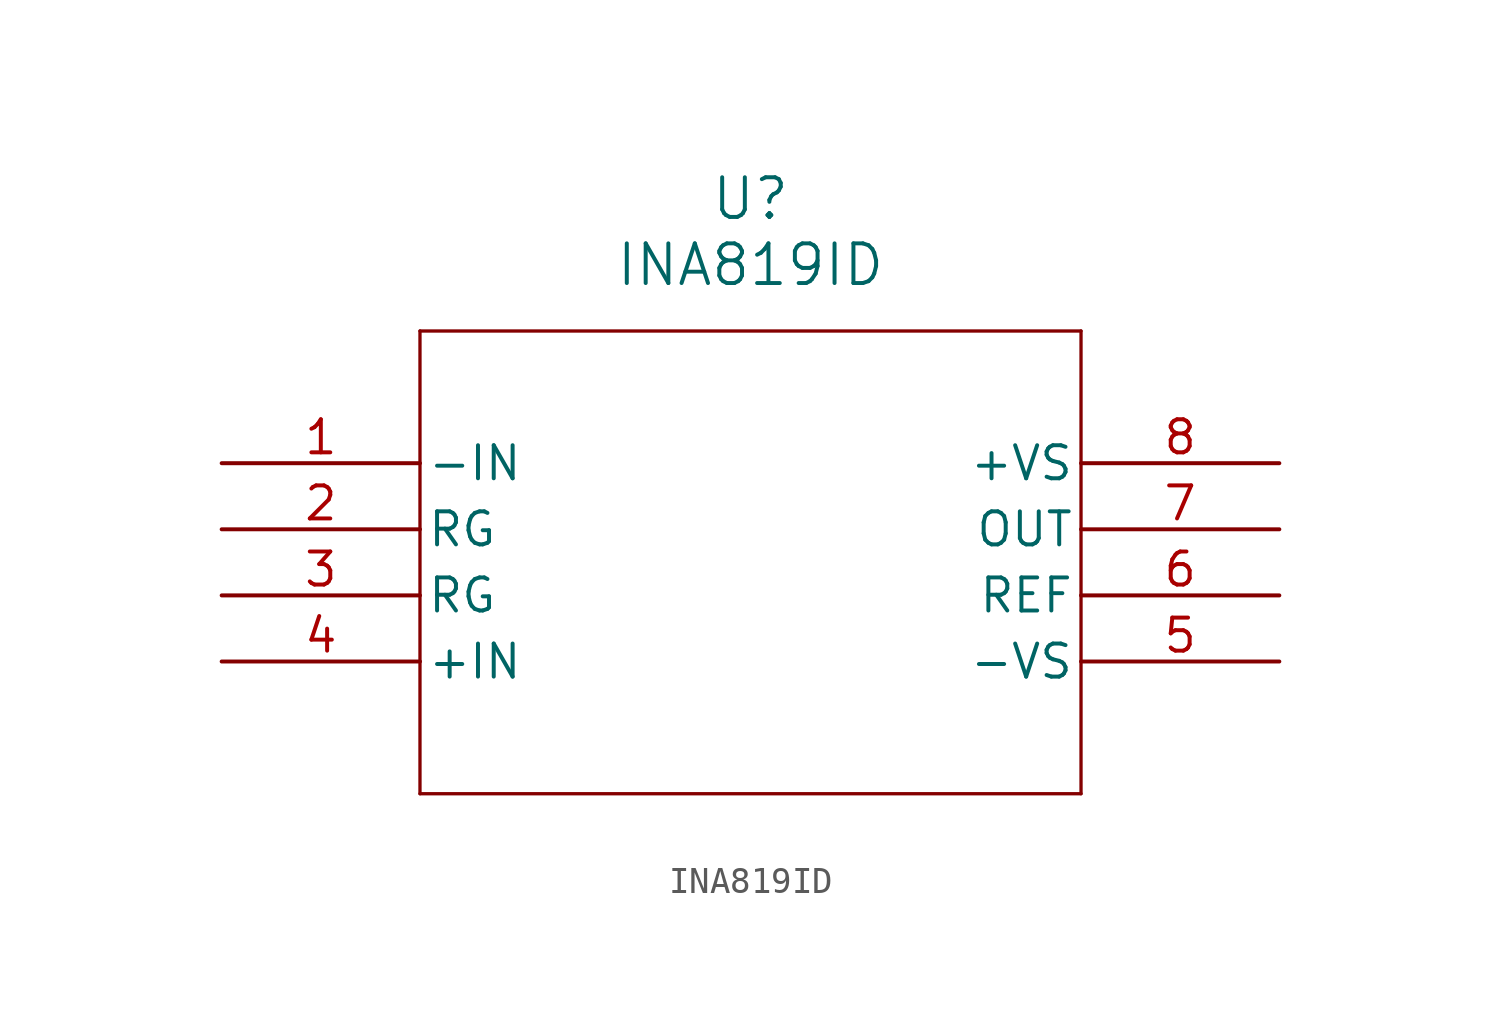
<source format=kicad_sym>
(kicad_symbol_lib
  (version 20220914)
  (generator kicad_symbol_editor)
  (symbol "INA819ID"
    (pin_names
      (offset 0.254))
    (property "Reference" "U"
      (at 20.32 10.16 0)
      (effects (font (size 1.524 1.524))))
    (property "Value" "INA819ID"
      (at 20.32 7.62 0)
      (effects (font (size 1.524 1.524))))
    (symbol "INA819ID_0_1"
      (polyline (pts (xy 7.62 -12.7) (xy 33.02 -12.7)) (stroke (width 0.127) (type default)) (fill (type none)))
      (polyline (pts (xy 7.62 5.08) (xy 7.62 -12.7)) (stroke (width 0.127) (type default)) (fill (type none)))
      (polyline (pts (xy 33.02 -12.7) (xy 33.02 5.08)) (stroke (width 0.127) (type default)) (fill (type none)))
      (polyline (pts (xy 33.02 5.08) (xy 7.62 5.08)) (stroke (width 0.127) (type default)) (fill (type none)))
      (pin input line (at 0 0 0) (length 7.62) (name "-IN" (effects (font (size 1.27 1.27)))) (number "1" (effects (font (size 1.27 1.27)))))
      (pin unspecified line (at 0 -2.54 0) (length 7.62) (name "RG" (effects (font (size 1.27 1.27)))) (number "2" (effects (font (size 1.27 1.27)))))
      (pin unspecified line (at 0 -5.08 0) (length 7.62) (name "RG" (effects (font (size 1.27 1.27)))) (number "3" (effects (font (size 1.27 1.27)))))
      (pin input line (at 0 -7.62 0) (length 7.62) (name "+IN" (effects (font (size 1.27 1.27)))) (number "4" (effects (font (size 1.27 1.27)))))
      (pin power_in line (at 40.64 -7.62 180) (length 7.62) (name "-VS" (effects (font (size 1.27 1.27)))) (number "5" (effects (font (size 1.27 1.27)))))
      (pin input line (at 40.64 -5.08 180) (length 7.62) (name "REF" (effects (font (size 1.27 1.27)))) (number "6" (effects (font (size 1.27 1.27)))))
      (pin output line (at 40.64 -2.54 180) (length 7.62) (name "OUT" (effects (font (size 1.27 1.27)))) (number "7" (effects (font (size 1.27 1.27)))))
      (pin power_in line (at 40.64 0 180) (length 7.62) (name "+VS" (effects (font (size 1.27 1.27)))) (number "8" (effects (font (size 1.27 1.27))))))))
</source>
